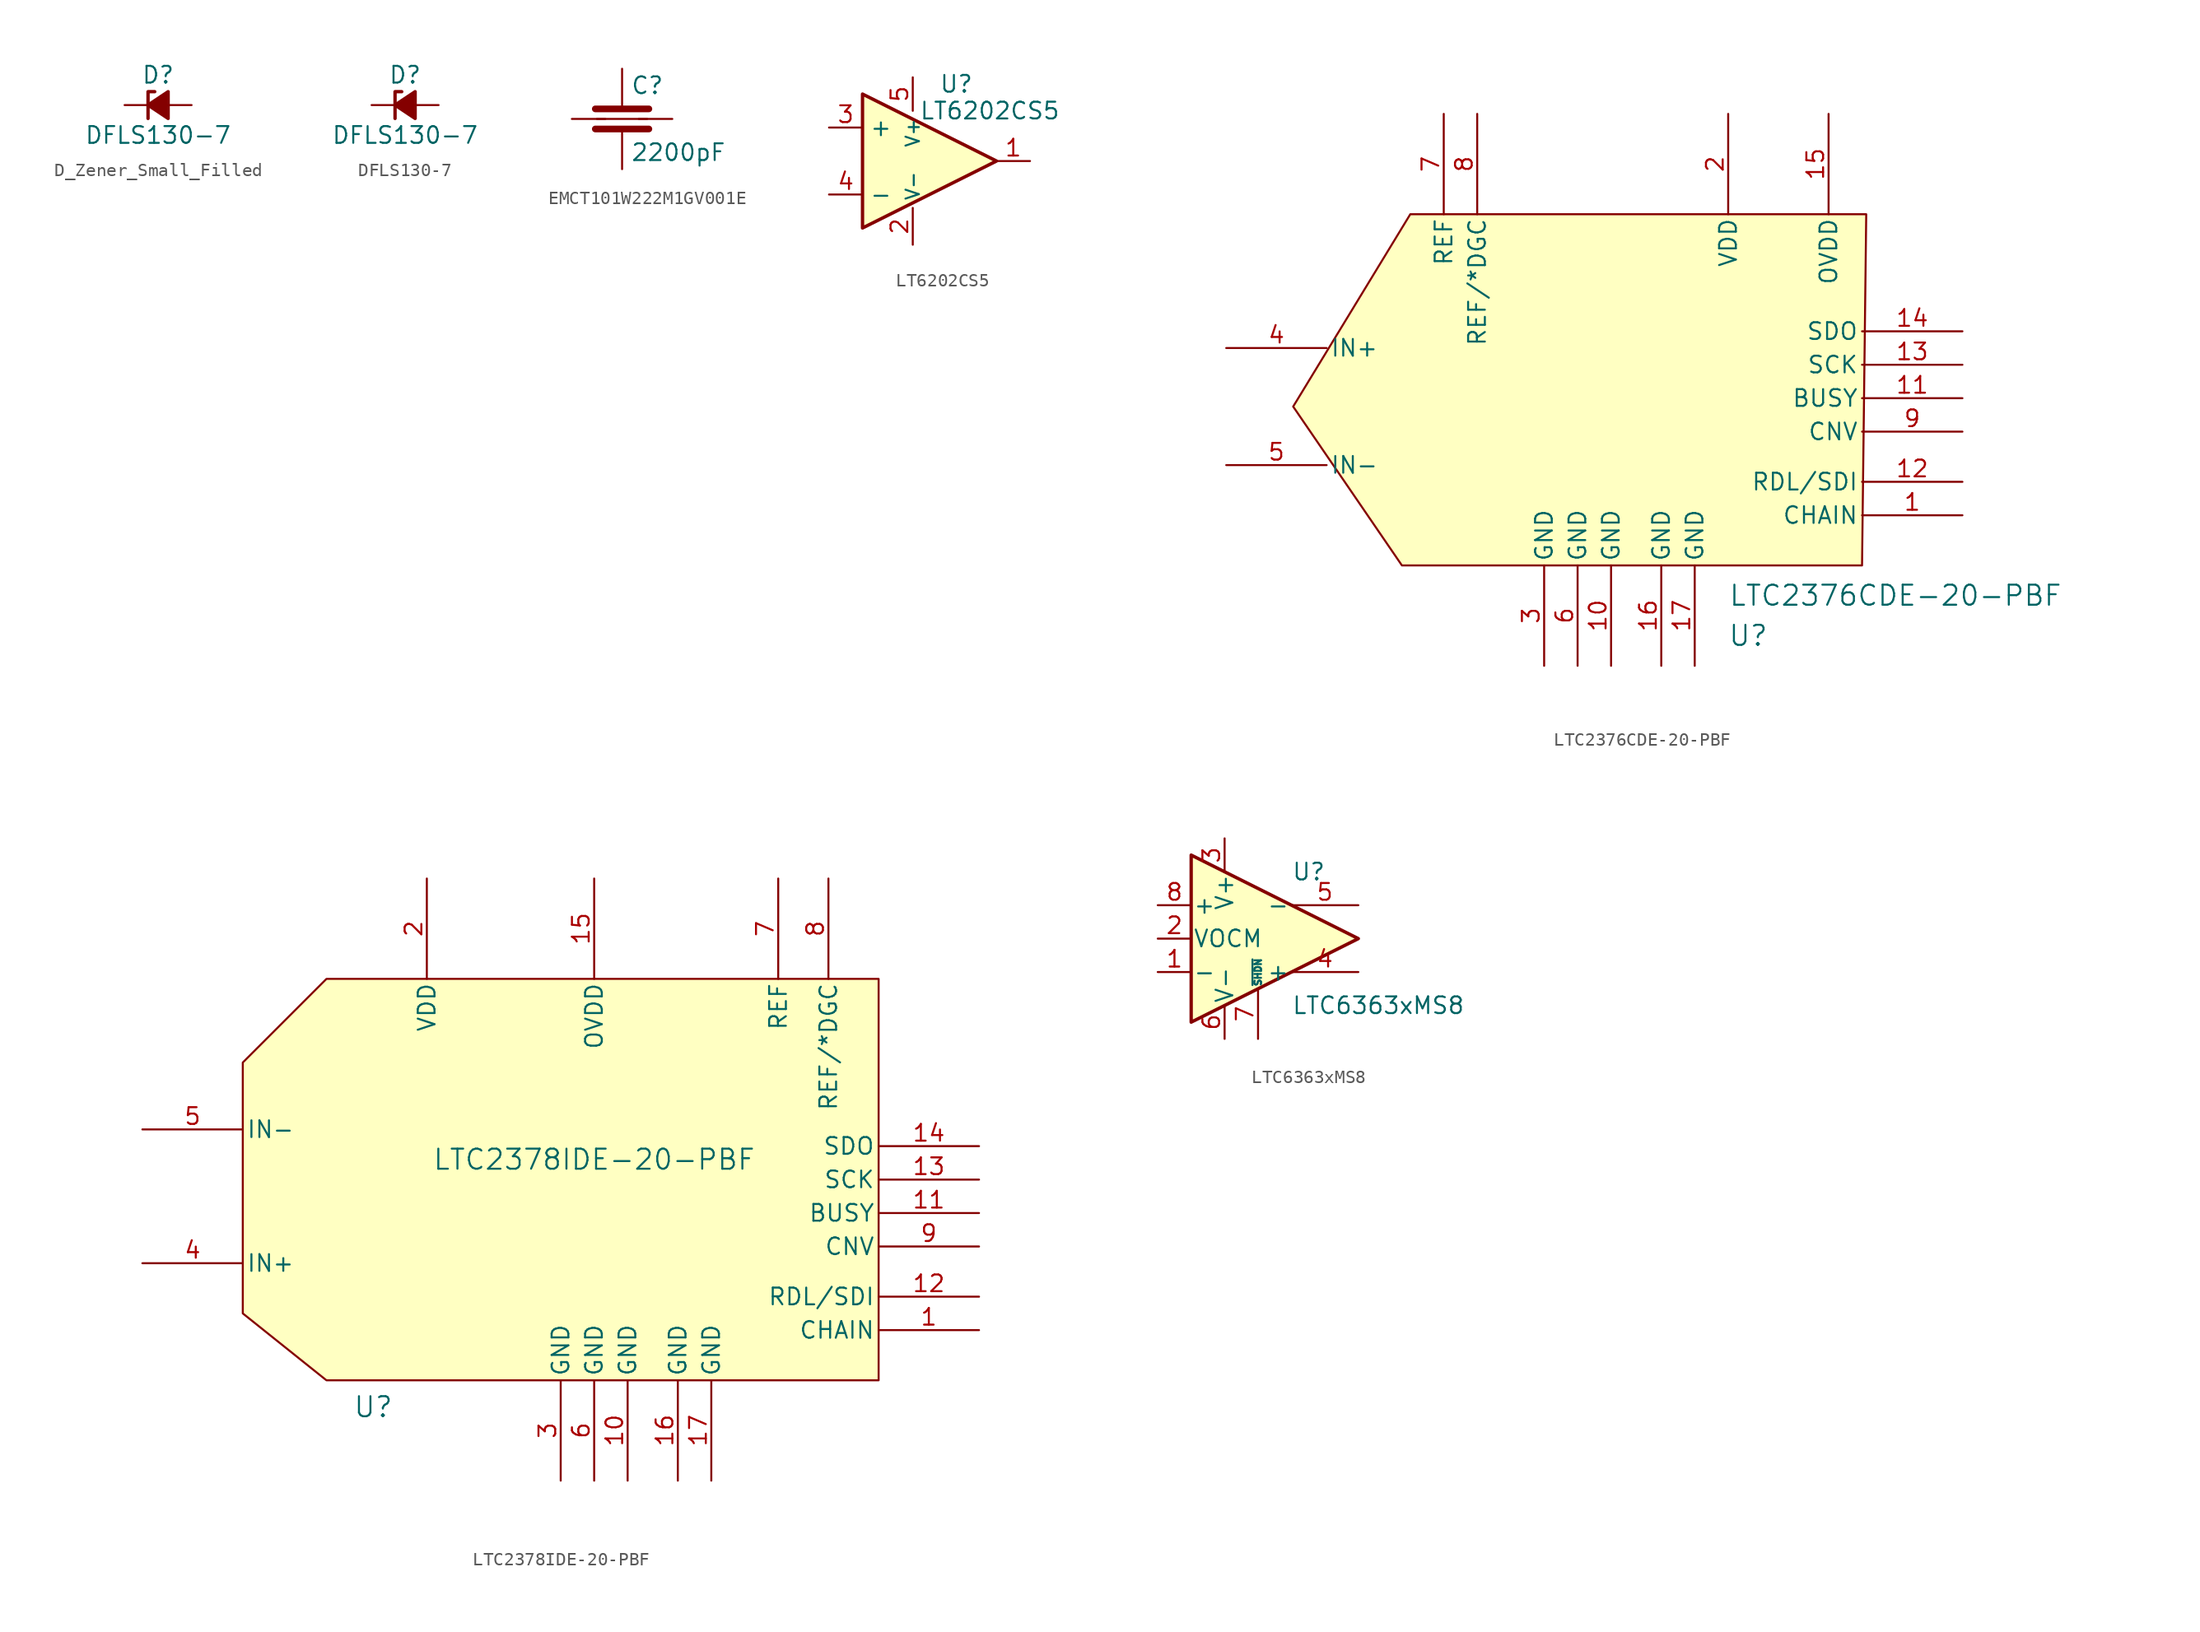
<source format=kicad_sym>
(kicad_symbol_lib
  (version 20241209)
  (generator "kicad_symbol_editor")
  (generator_version "9.0")
  (symbol "D_Zener_Small_Filled"
    (pin_numbers
      (hide yes))
    (pin_names
      (offset 0.254)
      (hide yes))
    (property "Reference" "D"
      (at 0 2.286 0)
      (effects (font (size 1.27 1.27))))
    (property "Value" "DFLS130-7"
      (at 0 -2.286 0)
      (effects (font (size 1.27 1.27))))
    (symbol "D_Zener_Small_Filled_0_1"
      (polyline (pts (xy -0.254 1.016) (xy -0.762 1.016) (xy -0.762 -1.016)) (stroke (width 0.254) (type default)) (fill (type none)))
      (polyline (pts (xy 0.762 1.016) (xy -0.762 0) (xy 0.762 -1.016) (xy 0.762 1.016)) (stroke (width 0.254) (type default)) (fill (type outline)))
      (polyline (pts (xy 0.762 0) (xy -0.762 0)) (stroke (width 0) (type default)) (fill (type none))))
    (symbol "D_Zener_Small_Filled_1_1"
      (pin passive line (at -2.54 0 0) (length 1.778) (name "K" (effects (font (size 1.27 1.27)))) (number "1" (effects (font (size 1.27 1.27)))))
      (pin passive line (at 2.54 0 180) (length 1.778) (name "A" (effects (font (size 1.27 1.27)))) (number "2" (effects (font (size 1.27 1.27)))))))
  (symbol "DFLS130-7"
    (pin_numbers
      (hide yes))
    (pin_names
      (offset 0.254)
      (hide yes))
    (property "Reference" "D"
      (at 0 2.286 0)
      (effects (font (size 1.27 1.27))))
    (property "Value" "DFLS130-7"
      (at 0 -2.286 0)
      (effects (font (size 1.27 1.27))))
    (symbol "DFLS130-7_0_1"
      (polyline (pts (xy -0.254 1.016) (xy -0.762 1.016) (xy -0.762 -1.016)) (stroke (width 0.254) (type default)) (fill (type none)))
      (polyline (pts (xy 0.762 1.016) (xy -0.762 0) (xy 0.762 -1.016) (xy 0.762 1.016)) (stroke (width 0.254) (type default)) (fill (type outline)))
      (polyline (pts (xy 0.762 0) (xy -0.762 0)) (stroke (width 0) (type default)) (fill (type none))))
    (symbol "DFLS130-7_1_1"
      (pin passive line (at -2.54 0 0) (length 1.778) (name "K" (effects (font (size 1.27 1.27)))) (number "1" (effects (font (size 1.27 1.27)))))
      (pin passive line (at 2.54 0 180) (length 1.778) (name "A" (effects (font (size 1.27 1.27)))) (number "2" (effects (font (size 1.27 1.27)))))))
  (symbol "EMCT101W222M1GV001E"
    (pin_numbers
      (hide yes))
    (pin_names
      (offset 0.254))
    (property "Reference" "C"
      (at 0.635 2.54 0)
      (effects (font (size 1.27 1.27)) (justify left)))
    (property "Value" "2200pF"
      (at 0.635 -2.54 0)
      (effects (font (size 1.27 1.27)) (justify left)))
    (symbol "EMCT101W222M1GV001E_0_1"
      (polyline (pts (xy -2.032 0.762) (xy 2.032 0.762)) (stroke (width 0.508) (type default)) (fill (type none)))
      (polyline (pts (xy -2.032 -0.762) (xy 2.032 -0.762)) (stroke (width 0.508) (type default)) (fill (type none)))
      (polyline (pts (xy -1.905 0) (xy 1.905 0)) (stroke (width 0) (type default)) (fill (type none))))
    (symbol "EMCT101W222M1GV001E_1_1"
      (pin input line (at -3.81 0 0) (length 2.54) (name "~" (effects (font (size 1.27 1.27)))) (number "3" (effects (font (size 1.27 1.27)))))
      (pin passive line (at 0 3.81 270) (length 2.794) (name "~" (effects (font (size 1.27 1.27)))) (number "1" (effects (font (size 1.27 1.27)))))
      (pin passive line (at 0 -3.81 90) (length 2.794) (name "~" (effects (font (size 1.27 1.27)))) (number "2" (effects (font (size 1.27 1.27)))))
      (pin input line (at 3.81 0 180) (length 2.54) (name "~" (effects (font (size 1.27 1.27)))) (number "4" (effects (font (size 1.27 1.27)))))))
  (symbol "LT6202CS5"
    (property "Reference" "U"
      (at 5.842 -0.508 0)
      (effects (font (size 1.27 1.27))))
    (property "Value" "LT6202CS5"
      (at 8.382 -2.54 0)
      (effects (font (size 1.27 1.27))))
    (symbol "LT6202CS5_0_1"
      (polyline (pts (xy -1.27 -1.27) (xy -1.27 -11.43) (xy 8.89 -6.35) (xy -1.27 -1.27)) (stroke (width 0.254) (type default)) (fill (type background))))
    (symbol "LT6202CS5_1_1"
      (pin input line (at -3.81 -3.81 0) (length 2.54) (name "+" (effects (font (size 1.27 1.27)))) (number "3" (effects (font (size 1.27 1.27)))))
      (pin input line (at -3.81 -8.89 0) (length 2.54) (name "-" (effects (font (size 1.27 1.27)))) (number "4" (effects (font (size 1.27 1.27)))))
      (pin power_in line (at 2.54 0 270) (length 2.54) (name "V+" (effects (font (size 1.016 1.016)))) (number "5" (effects (font (size 1.27 1.27)))))
      (pin power_in line (at 2.54 -12.7 90) (length 2.794) (name "V-" (effects (font (size 1.016 1.016)))) (number "2" (effects (font (size 1.27 1.27)))))
      (pin output line (at 11.43 -6.35 180) (length 2.54) (name "" (effects (font (size 1.27 1.27)))) (number "1" (effects (font (size 1.27 1.27)))))))
  (symbol "LTC2376CDE-20-PBF"
    (pin_names
      (offset 0.254))
    (property "Reference" "U"
      (at 39.624 -30.734 0)
      (effects (font (size 1.524 1.524))))
    (property "Value" "LTC2376CDE-20-PBF"
      (at 50.8 -27.686 0)
      (effects (font (size 1.524 1.524))))
    (property "ki_locked" ""
      (at 0 0 0)
      (effects (font (size 1.27 1.27))))
    (symbol "LTC2376CDE-20-PBF_0_1"
      (pin input line (at 0 -8.89 0) (length 7.62) (name "IN+" (effects (font (size 1.27 1.27)))) (number "4" (effects (font (size 1.27 1.27)))))
      (pin input line (at 0 -17.78 0) (length 7.62) (name "IN-" (effects (font (size 1.27 1.27)))) (number "5" (effects (font (size 1.27 1.27)))))
      (pin output line (at 55.88 -7.62 180) (length 7.62) (name "SDO" (effects (font (size 1.27 1.27)))) (number "14" (effects (font (size 1.27 1.27)))))
      (pin input line (at 55.88 -10.16 180) (length 7.62) (name "SCK" (effects (font (size 1.27 1.27)))) (number "13" (effects (font (size 1.27 1.27)))))
      (pin unspecified line (at 55.88 -12.7 180) (length 7.62) (name "BUSY" (effects (font (size 1.27 1.27)))) (number "11" (effects (font (size 1.27 1.27)))))
      (pin input line (at 55.88 -15.24 180) (length 7.62) (name "CNV" (effects (font (size 1.27 1.27)))) (number "9" (effects (font (size 1.27 1.27)))))
      (pin input line (at 55.88 -19.05 180) (length 7.62) (name "RDL/SDI" (effects (font (size 1.27 1.27)))) (number "12" (effects (font (size 1.27 1.27))))))
    (symbol "LTC2376CDE-20-PBF_1_1"
      (polyline (pts (xy 13.97 1.27) (xy 48.578 1.27) (xy 48.26 -25.4) (xy 13.335 -25.4) (xy 5.08 -13.335) (xy 13.97 1.27)) (stroke (width 0) (type solid)) (fill (type color) (color 255 255 194 1)))
      (pin input line (at 16.51 8.89 270) (length 7.62) (name "REF" (effects (font (size 1.27 1.27)))) (number "7" (effects (font (size 1.27 1.27)))))
      (pin unspecified line (at 19.05 8.89 270) (length 7.62) (name "REF/*DGC" (effects (font (size 1.27 1.27)))) (number "8" (effects (font (size 1.27 1.27)))))
      (pin power_in line (at 24.13 -33.02 90) (length 7.62) (name "GND" (effects (font (size 1.27 1.27)))) (number "3" (effects (font (size 1.27 1.27)))))
      (pin power_in line (at 26.67 -33.02 90) (length 7.62) (name "GND" (effects (font (size 1.27 1.27)))) (number "6" (effects (font (size 1.27 1.27)))))
      (pin power_in line (at 29.21 -33.02 90) (length 7.62) (name "GND" (effects (font (size 1.27 1.27)))) (number "10" (effects (font (size 1.27 1.27)))))
      (pin power_in line (at 33.02 -33.02 90) (length 7.62) (name "GND" (effects (font (size 1.27 1.27)))) (number "16" (effects (font (size 1.27 1.27)))))
      (pin power_in line (at 35.56 -33.02 90) (length 7.62) (name "GND" (effects (font (size 1.27 1.27)))) (number "17" (effects (font (size 1.27 1.27)))))
      (pin power_in line (at 38.1 8.89 270) (length 7.62) (name "VDD" (effects (font (size 1.27 1.27)))) (number "2" (effects (font (size 1.27 1.27)))))
      (pin power_in line (at 45.72 8.89 270) (length 7.62) (name "OVDD" (effects (font (size 1.27 1.27)))) (number "15" (effects (font (size 1.27 1.27)))))
      (pin unspecified line (at 55.88 -21.59 180) (length 7.62) (name "CHAIN" (effects (font (size 1.27 1.27)))) (number "1" (effects (font (size 1.27 1.27)))))))
  (symbol "LTC2378IDE-20-PBF"
    (pin_names
      (offset 0.254))
    (property "Reference" "U"
      (at 9.906 -27.432 0)
      (effects (font (size 1.524 1.524))))
    (property "Value" "LTC2378IDE-20-PBF"
      (at 26.67 -8.636 0)
      (effects (font (size 1.524 1.524))))
    (property "ki_locked" ""
      (at 0 0 0)
      (effects (font (size 1.27 1.27))))
    (symbol "LTC2378IDE-20-PBF_0_1"
      (pin input line (at -7.62 -6.35 0) (length 7.62) (name "IN-" (effects (font (size 1.27 1.27)))) (number "5" (effects (font (size 1.27 1.27)))))
      (pin input line (at -7.62 -16.51 0) (length 7.62) (name "IN+" (effects (font (size 1.27 1.27)))) (number "4" (effects (font (size 1.27 1.27)))))
      (pin output line (at 55.88 -7.62 180) (length 7.62) (name "SDO" (effects (font (size 1.27 1.27)))) (number "14" (effects (font (size 1.27 1.27)))))
      (pin input line (at 55.88 -10.16 180) (length 7.62) (name "SCK" (effects (font (size 1.27 1.27)))) (number "13" (effects (font (size 1.27 1.27)))))
      (pin unspecified line (at 55.88 -12.7 180) (length 7.62) (name "BUSY" (effects (font (size 1.27 1.27)))) (number "11" (effects (font (size 1.27 1.27)))))
      (pin input line (at 55.88 -15.24 180) (length 7.62) (name "CNV" (effects (font (size 1.27 1.27)))) (number "9" (effects (font (size 1.27 1.27)))))
      (pin input line (at 55.88 -19.05 180) (length 7.62) (name "RDL/SDI" (effects (font (size 1.27 1.27)))) (number "12" (effects (font (size 1.27 1.27))))))
    (symbol "LTC2378IDE-20-PBF_1_1"
      (polyline (pts (xy 6.35 5.08) (xy 0 -1.27) (xy 0 -20.32) (xy 6.35 -25.4) (xy 48.26 -25.4) (xy 48.26 5.08) (xy 6.35 5.08)) (stroke (width 0) (type solid)) (fill (type color) (color 255 255 194 1)))
      (pin power_in line (at 13.97 12.7 270) (length 7.62) (name "VDD" (effects (font (size 1.27 1.27)))) (number "2" (effects (font (size 1.27 1.27)))))
      (pin power_in line (at 24.13 -33.02 90) (length 7.62) (name "GND" (effects (font (size 1.27 1.27)))) (number "3" (effects (font (size 1.27 1.27)))))
      (pin power_in line (at 26.67 12.7 270) (length 7.62) (name "OVDD" (effects (font (size 1.27 1.27)))) (number "15" (effects (font (size 1.27 1.27)))))
      (pin power_in line (at 26.67 -33.02 90) (length 7.62) (name "GND" (effects (font (size 1.27 1.27)))) (number "6" (effects (font (size 1.27 1.27)))))
      (pin power_in line (at 29.21 -33.02 90) (length 7.62) (name "GND" (effects (font (size 1.27 1.27)))) (number "10" (effects (font (size 1.27 1.27)))))
      (pin power_in line (at 33.02 -33.02 90) (length 7.62) (name "GND" (effects (font (size 1.27 1.27)))) (number "16" (effects (font (size 1.27 1.27)))))
      (pin power_in line (at 35.56 -33.02 90) (length 7.62) (name "GND" (effects (font (size 1.27 1.27)))) (number "17" (effects (font (size 1.27 1.27)))))
      (pin input line (at 40.64 12.7 270) (length 7.62) (name "REF" (effects (font (size 1.27 1.27)))) (number "7" (effects (font (size 1.27 1.27)))))
      (pin unspecified line (at 44.45 12.7 270) (length 7.62) (name "REF/*DGC" (effects (font (size 1.27 1.27)))) (number "8" (effects (font (size 1.27 1.27)))))
      (pin unspecified line (at 55.88 -21.59 180) (length 7.62) (name "CHAIN" (effects (font (size 1.27 1.27)))) (number "1" (effects (font (size 1.27 1.27)))))))
  (symbol "LTC6363xMS8"
    (pin_names
      (offset 0.127))
    (property "Reference" "U"
      (at 2.54 5.08 0)
      (effects (font (size 1.27 1.27)) (justify left)))
    (property "Value" "LTC6363xMS8"
      (at 2.54 -5.08 0)
      (effects (font (size 1.27 1.27)) (justify left)))
    (symbol "LTC6363xMS8_0_1"
      (polyline (pts (xy -5.08 6.35) (xy -5.08 -6.35) (xy 7.62 0) (xy -5.08 6.35)) (stroke (width 0.254) (type default)) (fill (type background))))
    (symbol "LTC6363xMS8_1_1"
      (pin input line (at -7.62 2.54 0) (length 2.54) (name "+" (effects (font (size 1.27 1.27)))) (number "8" (effects (font (size 1.27 1.27)))))
      (pin input line (at -7.62 0 0) (length 2.54) (name "VOCM" (effects (font (size 1.27 1.27)))) (number "2" (effects (font (size 1.27 1.27)))))
      (pin input line (at -7.62 -2.54 0) (length 2.54) (name "-" (effects (font (size 1.27 1.27)))) (number "1" (effects (font (size 1.27 1.27)))))
      (pin power_in line (at -2.54 7.62 270) (length 2.54) (name "V+" (effects (font (size 1.27 1.27)))) (number "3" (effects (font (size 1.27 1.27)))))
      (pin power_in line (at -2.54 -7.62 90) (length 2.54) (name "V-" (effects (font (size 1.27 1.27)))) (number "6" (effects (font (size 1.27 1.27)))))
      (pin input line (at 0 -7.62 90) (length 3.81) (name "~{SHDN}" (effects (font (size 0.508 0.508)))) (number "7" (effects (font (size 1.27 1.27)))))
      (pin output line (at 7.62 2.54 180) (length 5.08) (name "-" (effects (font (size 1.27 1.27)))) (number "5" (effects (font (size 1.27 1.27)))))
      (pin output line (at 7.62 -2.54 180) (length 5.08) (name "+" (effects (font (size 1.27 1.27)))) (number "4" (effects (font (size 1.27 1.27))))))))
</source>
